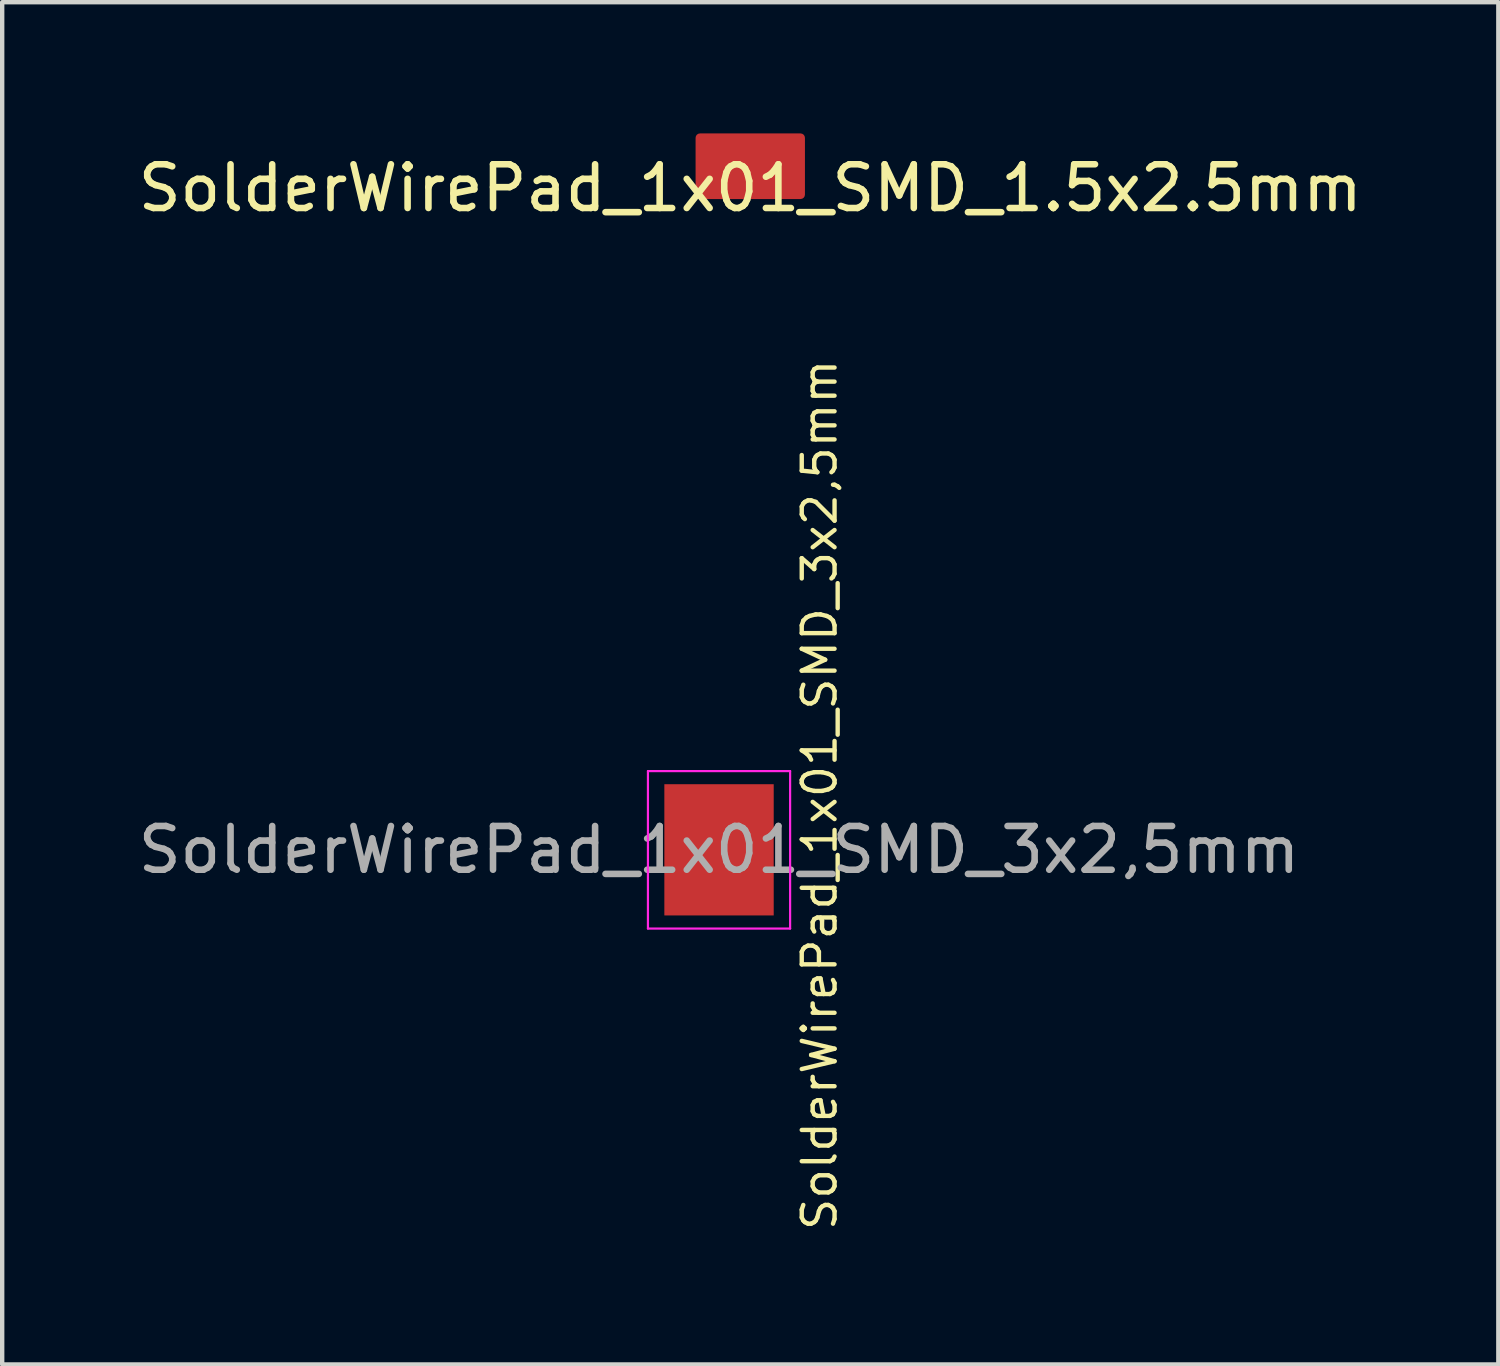
<source format=kicad_pcb>
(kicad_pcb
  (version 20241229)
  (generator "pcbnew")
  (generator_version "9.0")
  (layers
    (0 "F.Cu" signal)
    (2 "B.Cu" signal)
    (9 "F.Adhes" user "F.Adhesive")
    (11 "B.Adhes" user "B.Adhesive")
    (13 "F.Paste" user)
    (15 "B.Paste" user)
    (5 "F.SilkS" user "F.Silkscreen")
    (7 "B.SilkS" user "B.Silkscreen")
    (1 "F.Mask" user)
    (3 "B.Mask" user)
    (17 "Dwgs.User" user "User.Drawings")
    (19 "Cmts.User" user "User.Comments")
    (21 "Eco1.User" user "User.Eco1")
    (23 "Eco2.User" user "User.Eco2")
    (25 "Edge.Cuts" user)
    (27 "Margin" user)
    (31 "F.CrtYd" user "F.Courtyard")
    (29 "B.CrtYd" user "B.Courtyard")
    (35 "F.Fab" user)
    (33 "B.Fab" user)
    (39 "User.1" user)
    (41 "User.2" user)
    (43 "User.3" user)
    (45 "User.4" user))
  (footprint "SolderWirePad_1x01_SMD_1.5x2.5mm"
    (layer "F.Cu")
    (at 14.101 0.75)
    (property "Reference" "SolderWirePad_1x01_SMD_1.5x2.5mm" (at 0 0.5 0) (layer "F.SilkS") (effects (font (size 1 1) (thickness 0.15))))
    (attr through_hole)
    (pad "1" smd roundrect (at 0 0) (size 2.5 1.5) (layers "F.Cu" "F.Paste") (roundrect_rratio 0.067)))
  (footprint "SolderWirePad_1x01_SMD_3x2,5mm"
    (layer "F.Cu")
    (at 13.387 16.377)
    (property "Reference" "SolderWirePad_1x01_SMD_3x2,5mm" (at 2.299 -1.257 90) (layer "F.SilkS") (effects (font (size 0.75 0.75) (thickness 0.1))))
    (attr through_hole)
    (fp_line (start -1.625 -1.8) (end -1.625 1.8) (stroke (width 0.05) (type solid)) (layer "F.CrtYd"))
    (fp_line (start -1.625 1.8) (end 1.625 1.8) (stroke (width 0.05) (type solid)) (layer "F.CrtYd"))
    (fp_line (start 1.625 -1.8) (end -1.625 -1.8) (stroke (width 0.05) (type solid)) (layer "F.CrtYd"))
    (fp_line (start 1.625 1.8) (end 1.625 -1.8) (stroke (width 0.05) (type solid)) (layer "F.CrtYd"))
    (fp_text user "${REFERENCE}" (at 0 0 0) (layer "F.Fab") (effects (font (size 1 1) (thickness 0.15))))
    (pad "1" smd rect (at 0 0) (size 2.5 3) (layers "F.Cu" "F.Mask" "F.Paste")))
  (gr_rect
    (start -3 -3)
    (end 31.202 28.141)
    (stroke (width 0.1) (type default))
    (fill no)
    (layer "Edge.Cuts")))
</source>
